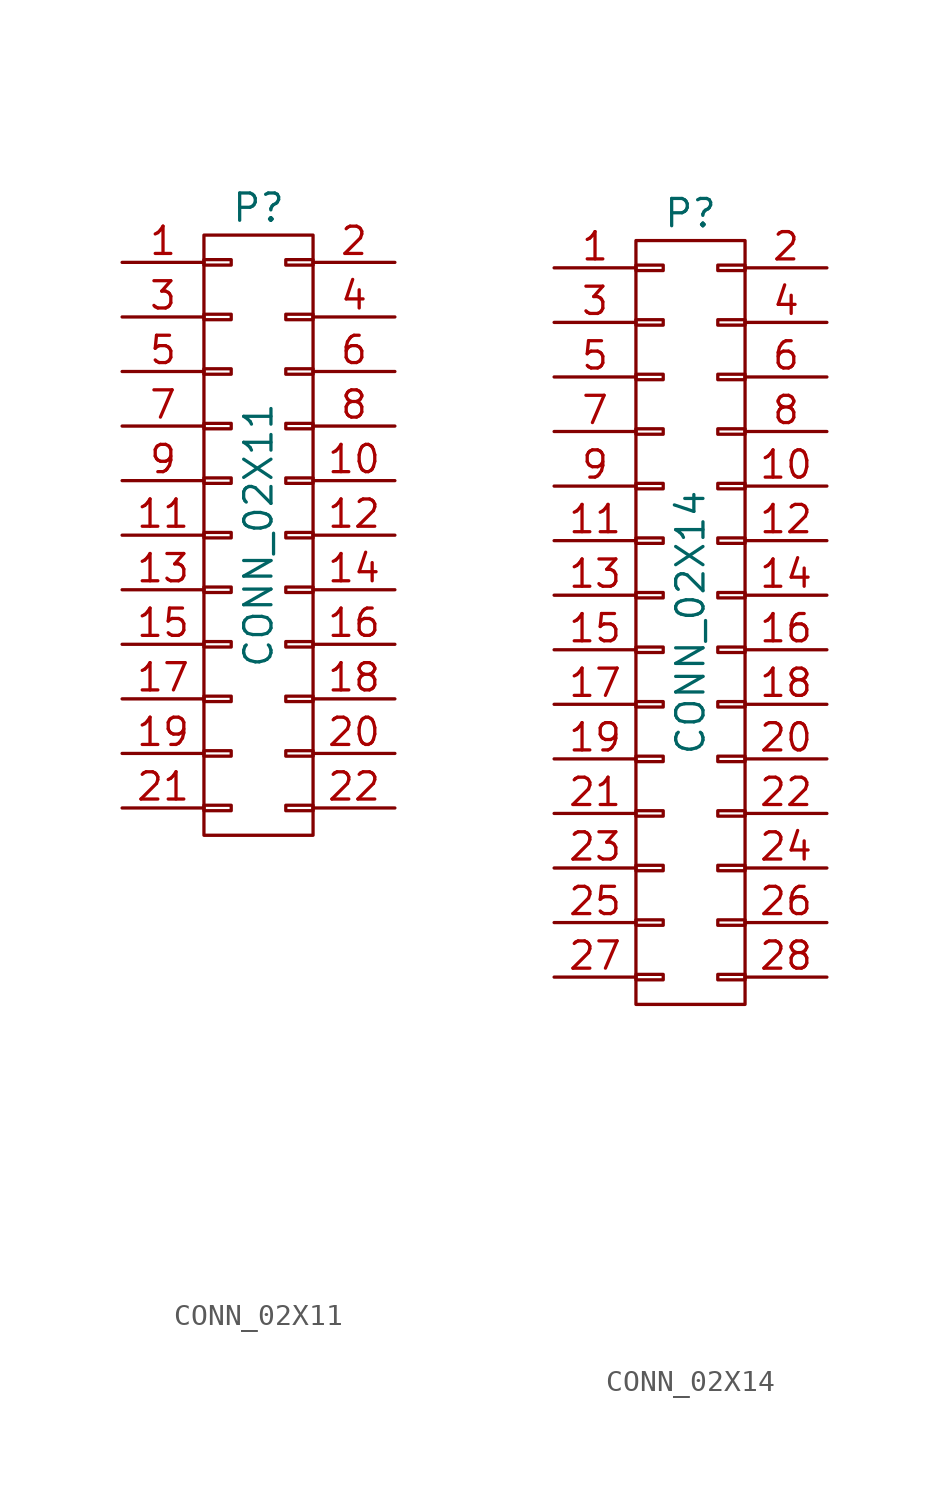
<source format=kicad_sym>
(kicad_symbol_lib
  (version 20211014)
  (generator kicad_symbol_editor)
  (symbol "CONN_02X11"
    (pin_names
      (offset 0.025) hide)
    (property "Reference" "P"
      (at 0 15.24 0)
      (effects (font (size 1.27 1.27))))
    (property "Value" "CONN_02X11"
      (at 0 0 90)
      (effects (font (size 1.27 1.27))))
    (property "Footprint" ""
      (at 0 -30.48 0)
      (effects (font (size 1.27 1.27))))
    (property "Datasheet" ""
      (at 0 -30.48 0)
      (effects (font (size 1.27 1.27))))
    (symbol "CONN_02X11_0_1"
      (rectangle (start -2.54 -12.573) (end -1.27 -12.827) (stroke (width 0) (type default) (color 0 0 0 0)) (fill (type none)))
      (rectangle (start -2.54 -10.033) (end -1.27 -10.287) (stroke (width 0) (type default) (color 0 0 0 0)) (fill (type none)))
      (rectangle (start -2.54 -7.493) (end -1.27 -7.747) (stroke (width 0) (type default) (color 0 0 0 0)) (fill (type none)))
      (rectangle (start -2.54 -4.953) (end -1.27 -5.207) (stroke (width 0) (type default) (color 0 0 0 0)) (fill (type none)))
      (rectangle (start -2.54 -2.413) (end -1.27 -2.667) (stroke (width 0) (type default) (color 0 0 0 0)) (fill (type none)))
      (rectangle (start -2.54 0.127) (end -1.27 -0.127) (stroke (width 0) (type default) (color 0 0 0 0)) (fill (type none)))
      (rectangle (start -2.54 2.667) (end -1.27 2.413) (stroke (width 0) (type default) (color 0 0 0 0)) (fill (type none)))
      (rectangle (start -2.54 5.207) (end -1.27 4.953) (stroke (width 0) (type default) (color 0 0 0 0)) (fill (type none)))
      (rectangle (start -2.54 7.747) (end -1.27 7.493) (stroke (width 0) (type default) (color 0 0 0 0)) (fill (type none)))
      (rectangle (start -2.54 10.287) (end -1.27 10.033) (stroke (width 0) (type default) (color 0 0 0 0)) (fill (type none)))
      (rectangle (start -2.54 12.827) (end -1.27 12.573) (stroke (width 0) (type default) (color 0 0 0 0)) (fill (type none)))
      (rectangle (start -2.54 13.97) (end 2.54 -13.97) (stroke (width 0) (type default) (color 0 0 0 0)) (fill (type none)))
      (rectangle (start 1.27 -12.573) (end 2.54 -12.827) (stroke (width 0) (type default) (color 0 0 0 0)) (fill (type none)))
      (rectangle (start 1.27 -10.033) (end 2.54 -10.287) (stroke (width 0) (type default) (color 0 0 0 0)) (fill (type none)))
      (rectangle (start 1.27 -7.493) (end 2.54 -7.747) (stroke (width 0) (type default) (color 0 0 0 0)) (fill (type none)))
      (rectangle (start 1.27 -4.953) (end 2.54 -5.207) (stroke (width 0) (type default) (color 0 0 0 0)) (fill (type none)))
      (rectangle (start 1.27 -2.413) (end 2.54 -2.667) (stroke (width 0) (type default) (color 0 0 0 0)) (fill (type none)))
      (rectangle (start 1.27 0.127) (end 2.54 -0.127) (stroke (width 0) (type default) (color 0 0 0 0)) (fill (type none)))
      (rectangle (start 1.27 2.667) (end 2.54 2.413) (stroke (width 0) (type default) (color 0 0 0 0)) (fill (type none)))
      (rectangle (start 1.27 5.207) (end 2.54 4.953) (stroke (width 0) (type default) (color 0 0 0 0)) (fill (type none)))
      (rectangle (start 1.27 7.747) (end 2.54 7.493) (stroke (width 0) (type default) (color 0 0 0 0)) (fill (type none)))
      (rectangle (start 1.27 10.287) (end 2.54 10.033) (stroke (width 0) (type default) (color 0 0 0 0)) (fill (type none)))
      (rectangle (start 1.27 12.827) (end 2.54 12.573) (stroke (width 0) (type default) (color 0 0 0 0)) (fill (type none))))
    (symbol "CONN_02X11_1_1"
      (pin passive line (at -6.35 12.7 0) (length 3.81) (name "P1" (effects (font (size 1.27 1.27)))) (number "1" (effects (font (size 1.27 1.27)))))
      (pin passive line (at 6.35 2.54 180) (length 3.81) (name "P10" (effects (font (size 1.27 1.27)))) (number "10" (effects (font (size 1.27 1.27)))))
      (pin passive line (at -6.35 0 0) (length 3.81) (name "P11" (effects (font (size 1.27 1.27)))) (number "11" (effects (font (size 1.27 1.27)))))
      (pin passive line (at 6.35 0 180) (length 3.81) (name "P12" (effects (font (size 1.27 1.27)))) (number "12" (effects (font (size 1.27 1.27)))))
      (pin passive line (at -6.35 -2.54 0) (length 3.81) (name "P13" (effects (font (size 1.27 1.27)))) (number "13" (effects (font (size 1.27 1.27)))))
      (pin passive line (at 6.35 -2.54 180) (length 3.81) (name "P14" (effects (font (size 1.27 1.27)))) (number "14" (effects (font (size 1.27 1.27)))))
      (pin passive line (at -6.35 -5.08 0) (length 3.81) (name "P15" (effects (font (size 1.27 1.27)))) (number "15" (effects (font (size 1.27 1.27)))))
      (pin passive line (at 6.35 -5.08 180) (length 3.81) (name "P16" (effects (font (size 1.27 1.27)))) (number "16" (effects (font (size 1.27 1.27)))))
      (pin passive line (at -6.35 -7.62 0) (length 3.81) (name "P17" (effects (font (size 1.27 1.27)))) (number "17" (effects (font (size 1.27 1.27)))))
      (pin passive line (at 6.35 -7.62 180) (length 3.81) (name "P18" (effects (font (size 1.27 1.27)))) (number "18" (effects (font (size 1.27 1.27)))))
      (pin passive line (at -6.35 -10.16 0) (length 3.81) (name "P19" (effects (font (size 1.27 1.27)))) (number "19" (effects (font (size 1.27 1.27)))))
      (pin passive line (at 6.35 12.7 180) (length 3.81) (name "P2" (effects (font (size 1.27 1.27)))) (number "2" (effects (font (size 1.27 1.27)))))
      (pin passive line (at 6.35 -10.16 180) (length 3.81) (name "P20" (effects (font (size 1.27 1.27)))) (number "20" (effects (font (size 1.27 1.27)))))
      (pin passive line (at -6.35 -12.7 0) (length 3.81) (name "P21" (effects (font (size 1.27 1.27)))) (number "21" (effects (font (size 1.27 1.27)))))
      (pin passive line (at 6.35 -12.7 180) (length 3.81) (name "P22" (effects (font (size 1.27 1.27)))) (number "22" (effects (font (size 1.27 1.27)))))
      (pin passive line (at -6.35 10.16 0) (length 3.81) (name "P3" (effects (font (size 1.27 1.27)))) (number "3" (effects (font (size 1.27 1.27)))))
      (pin passive line (at 6.35 10.16 180) (length 3.81) (name "P4" (effects (font (size 1.27 1.27)))) (number "4" (effects (font (size 1.27 1.27)))))
      (pin passive line (at -6.35 7.62 0) (length 3.81) (name "P5" (effects (font (size 1.27 1.27)))) (number "5" (effects (font (size 1.27 1.27)))))
      (pin passive line (at 6.35 7.62 180) (length 3.81) (name "P6" (effects (font (size 1.27 1.27)))) (number "6" (effects (font (size 1.27 1.27)))))
      (pin passive line (at -6.35 5.08 0) (length 3.81) (name "P7" (effects (font (size 1.27 1.27)))) (number "7" (effects (font (size 1.27 1.27)))))
      (pin passive line (at 6.35 5.08 180) (length 3.81) (name "P8" (effects (font (size 1.27 1.27)))) (number "8" (effects (font (size 1.27 1.27)))))
      (pin passive line (at -6.35 2.54 0) (length 3.81) (name "P9" (effects (font (size 1.27 1.27)))) (number "9" (effects (font (size 1.27 1.27)))))))
  (symbol "CONN_02X14"
    (pin_names
      (offset 0.025) hide)
    (property "Reference" "P"
      (at 0 19.05 0)
      (effects (font (size 1.27 1.27))))
    (property "Value" "CONN_02X14"
      (at 0 0 90)
      (effects (font (size 1.27 1.27))))
    (property "Footprint" ""
      (at 0 -29.21 0)
      (effects (font (size 1.27 1.27))))
    (property "Datasheet" ""
      (at 0 -29.21 0)
      (effects (font (size 1.27 1.27))))
    (symbol "CONN_02X14_0_1"
      (rectangle (start -2.54 -16.383) (end -1.27 -16.637) (stroke (width 0) (type default) (color 0 0 0 0)) (fill (type none)))
      (rectangle (start -2.54 -13.843) (end -1.27 -14.097) (stroke (width 0) (type default) (color 0 0 0 0)) (fill (type none)))
      (rectangle (start -2.54 -11.303) (end -1.27 -11.557) (stroke (width 0) (type default) (color 0 0 0 0)) (fill (type none)))
      (rectangle (start -2.54 -8.763) (end -1.27 -9.017) (stroke (width 0) (type default) (color 0 0 0 0)) (fill (type none)))
      (rectangle (start -2.54 -6.223) (end -1.27 -6.477) (stroke (width 0) (type default) (color 0 0 0 0)) (fill (type none)))
      (rectangle (start -2.54 -3.683) (end -1.27 -3.937) (stroke (width 0) (type default) (color 0 0 0 0)) (fill (type none)))
      (rectangle (start -2.54 -1.143) (end -1.27 -1.397) (stroke (width 0) (type default) (color 0 0 0 0)) (fill (type none)))
      (rectangle (start -2.54 1.397) (end -1.27 1.143) (stroke (width 0) (type default) (color 0 0 0 0)) (fill (type none)))
      (rectangle (start -2.54 3.937) (end -1.27 3.683) (stroke (width 0) (type default) (color 0 0 0 0)) (fill (type none)))
      (rectangle (start -2.54 6.477) (end -1.27 6.223) (stroke (width 0) (type default) (color 0 0 0 0)) (fill (type none)))
      (rectangle (start -2.54 9.017) (end -1.27 8.763) (stroke (width 0) (type default) (color 0 0 0 0)) (fill (type none)))
      (rectangle (start -2.54 11.557) (end -1.27 11.303) (stroke (width 0) (type default) (color 0 0 0 0)) (fill (type none)))
      (rectangle (start -2.54 14.097) (end -1.27 13.843) (stroke (width 0) (type default) (color 0 0 0 0)) (fill (type none)))
      (rectangle (start -2.54 16.637) (end -1.27 16.383) (stroke (width 0) (type default) (color 0 0 0 0)) (fill (type none)))
      (rectangle (start -2.54 17.78) (end 2.54 -17.78) (stroke (width 0) (type default) (color 0 0 0 0)) (fill (type none)))
      (rectangle (start 1.27 -16.383) (end 2.54 -16.637) (stroke (width 0) (type default) (color 0 0 0 0)) (fill (type none)))
      (rectangle (start 1.27 -13.843) (end 2.54 -14.097) (stroke (width 0) (type default) (color 0 0 0 0)) (fill (type none)))
      (rectangle (start 1.27 -11.303) (end 2.54 -11.557) (stroke (width 0) (type default) (color 0 0 0 0)) (fill (type none)))
      (rectangle (start 1.27 -8.763) (end 2.54 -9.017) (stroke (width 0) (type default) (color 0 0 0 0)) (fill (type none)))
      (rectangle (start 1.27 -6.223) (end 2.54 -6.477) (stroke (width 0) (type default) (color 0 0 0 0)) (fill (type none)))
      (rectangle (start 1.27 -3.683) (end 2.54 -3.937) (stroke (width 0) (type default) (color 0 0 0 0)) (fill (type none)))
      (rectangle (start 1.27 -1.143) (end 2.54 -1.397) (stroke (width 0) (type default) (color 0 0 0 0)) (fill (type none)))
      (rectangle (start 1.27 1.397) (end 2.54 1.143) (stroke (width 0) (type default) (color 0 0 0 0)) (fill (type none)))
      (rectangle (start 1.27 3.937) (end 2.54 3.683) (stroke (width 0) (type default) (color 0 0 0 0)) (fill (type none)))
      (rectangle (start 1.27 6.477) (end 2.54 6.223) (stroke (width 0) (type default) (color 0 0 0 0)) (fill (type none)))
      (rectangle (start 1.27 9.017) (end 2.54 8.763) (stroke (width 0) (type default) (color 0 0 0 0)) (fill (type none)))
      (rectangle (start 1.27 11.557) (end 2.54 11.303) (stroke (width 0) (type default) (color 0 0 0 0)) (fill (type none)))
      (rectangle (start 1.27 14.097) (end 2.54 13.843) (stroke (width 0) (type default) (color 0 0 0 0)) (fill (type none)))
      (rectangle (start 1.27 16.637) (end 2.54 16.383) (stroke (width 0) (type default) (color 0 0 0 0)) (fill (type none))))
    (symbol "CONN_02X14_1_1"
      (pin passive line (at -6.35 16.51 0) (length 3.81) (name "P1" (effects (font (size 1.27 1.27)))) (number "1" (effects (font (size 1.27 1.27)))))
      (pin passive line (at 6.35 6.35 180) (length 3.81) (name "P10" (effects (font (size 1.27 1.27)))) (number "10" (effects (font (size 1.27 1.27)))))
      (pin passive line (at -6.35 3.81 0) (length 3.81) (name "P11" (effects (font (size 1.27 1.27)))) (number "11" (effects (font (size 1.27 1.27)))))
      (pin passive line (at 6.35 3.81 180) (length 3.81) (name "P12" (effects (font (size 1.27 1.27)))) (number "12" (effects (font (size 1.27 1.27)))))
      (pin passive line (at -6.35 1.27 0) (length 3.81) (name "P13" (effects (font (size 1.27 1.27)))) (number "13" (effects (font (size 1.27 1.27)))))
      (pin passive line (at 6.35 1.27 180) (length 3.81) (name "P14" (effects (font (size 1.27 1.27)))) (number "14" (effects (font (size 1.27 1.27)))))
      (pin passive line (at -6.35 -1.27 0) (length 3.81) (name "P15" (effects (font (size 1.27 1.27)))) (number "15" (effects (font (size 1.27 1.27)))))
      (pin passive line (at 6.35 -1.27 180) (length 3.81) (name "P16" (effects (font (size 1.27 1.27)))) (number "16" (effects (font (size 1.27 1.27)))))
      (pin passive line (at -6.35 -3.81 0) (length 3.81) (name "P17" (effects (font (size 1.27 1.27)))) (number "17" (effects (font (size 1.27 1.27)))))
      (pin passive line (at 6.35 -3.81 180) (length 3.81) (name "P18" (effects (font (size 1.27 1.27)))) (number "18" (effects (font (size 1.27 1.27)))))
      (pin passive line (at -6.35 -6.35 0) (length 3.81) (name "P19" (effects (font (size 1.27 1.27)))) (number "19" (effects (font (size 1.27 1.27)))))
      (pin passive line (at 6.35 16.51 180) (length 3.81) (name "P2" (effects (font (size 1.27 1.27)))) (number "2" (effects (font (size 1.27 1.27)))))
      (pin passive line (at 6.35 -6.35 180) (length 3.81) (name "P20" (effects (font (size 1.27 1.27)))) (number "20" (effects (font (size 1.27 1.27)))))
      (pin passive line (at -6.35 -8.89 0) (length 3.81) (name "P21" (effects (font (size 1.27 1.27)))) (number "21" (effects (font (size 1.27 1.27)))))
      (pin passive line (at 6.35 -8.89 180) (length 3.81) (name "P22" (effects (font (size 1.27 1.27)))) (number "22" (effects (font (size 1.27 1.27)))))
      (pin passive line (at -6.35 -11.43 0) (length 3.81) (name "P23" (effects (font (size 1.27 1.27)))) (number "23" (effects (font (size 1.27 1.27)))))
      (pin passive line (at 6.35 -11.43 180) (length 3.81) (name "P24" (effects (font (size 1.27 1.27)))) (number "24" (effects (font (size 1.27 1.27)))))
      (pin passive line (at -6.35 -13.97 0) (length 3.81) (name "P25" (effects (font (size 1.27 1.27)))) (number "25" (effects (font (size 1.27 1.27)))))
      (pin passive line (at 6.35 -13.97 180) (length 3.81) (name "P26" (effects (font (size 1.27 1.27)))) (number "26" (effects (font (size 1.27 1.27)))))
      (pin passive line (at -6.35 -16.51 0) (length 3.81) (name "P27" (effects (font (size 1.27 1.27)))) (number "27" (effects (font (size 1.27 1.27)))))
      (pin passive line (at 6.35 -16.51 180) (length 3.81) (name "P28" (effects (font (size 1.27 1.27)))) (number "28" (effects (font (size 1.27 1.27)))))
      (pin passive line (at -6.35 13.97 0) (length 3.81) (name "P3" (effects (font (size 1.27 1.27)))) (number "3" (effects (font (size 1.27 1.27)))))
      (pin passive line (at 6.35 13.97 180) (length 3.81) (name "P4" (effects (font (size 1.27 1.27)))) (number "4" (effects (font (size 1.27 1.27)))))
      (pin passive line (at -6.35 11.43 0) (length 3.81) (name "P5" (effects (font (size 1.27 1.27)))) (number "5" (effects (font (size 1.27 1.27)))))
      (pin passive line (at 6.35 11.43 180) (length 3.81) (name "P6" (effects (font (size 1.27 1.27)))) (number "6" (effects (font (size 1.27 1.27)))))
      (pin passive line (at -6.35 8.89 0) (length 3.81) (name "P7" (effects (font (size 1.27 1.27)))) (number "7" (effects (font (size 1.27 1.27)))))
      (pin passive line (at 6.35 8.89 180) (length 3.81) (name "P8" (effects (font (size 1.27 1.27)))) (number "8" (effects (font (size 1.27 1.27)))))
      (pin passive line (at -6.35 6.35 0) (length 3.81) (name "P9" (effects (font (size 1.27 1.27)))) (number "9" (effects (font (size 1.27 1.27))))))))
</source>
